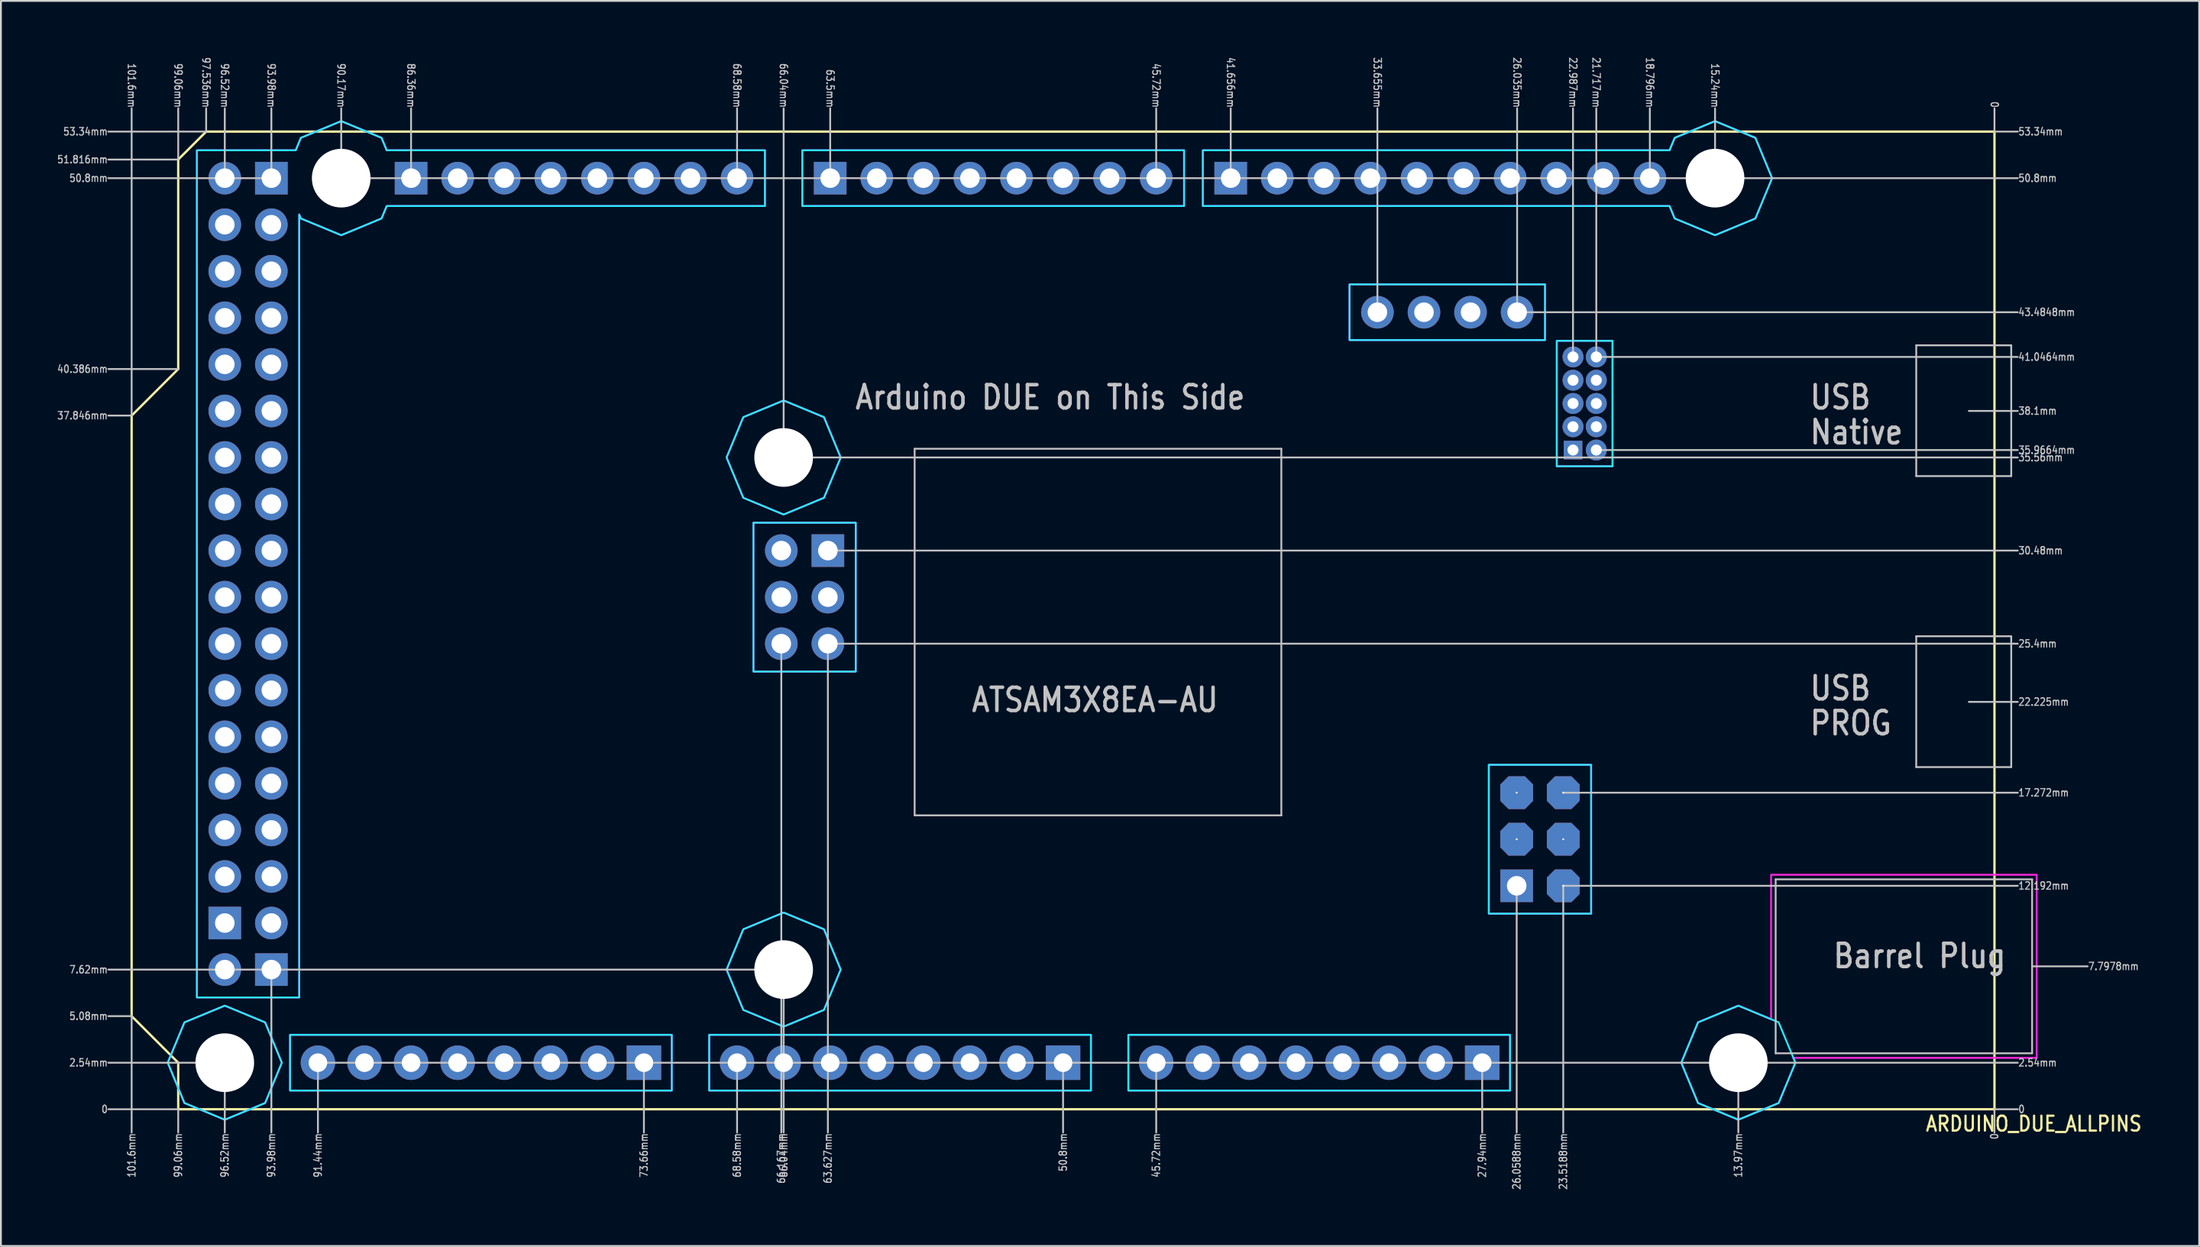
<source format=kicad_pcb>
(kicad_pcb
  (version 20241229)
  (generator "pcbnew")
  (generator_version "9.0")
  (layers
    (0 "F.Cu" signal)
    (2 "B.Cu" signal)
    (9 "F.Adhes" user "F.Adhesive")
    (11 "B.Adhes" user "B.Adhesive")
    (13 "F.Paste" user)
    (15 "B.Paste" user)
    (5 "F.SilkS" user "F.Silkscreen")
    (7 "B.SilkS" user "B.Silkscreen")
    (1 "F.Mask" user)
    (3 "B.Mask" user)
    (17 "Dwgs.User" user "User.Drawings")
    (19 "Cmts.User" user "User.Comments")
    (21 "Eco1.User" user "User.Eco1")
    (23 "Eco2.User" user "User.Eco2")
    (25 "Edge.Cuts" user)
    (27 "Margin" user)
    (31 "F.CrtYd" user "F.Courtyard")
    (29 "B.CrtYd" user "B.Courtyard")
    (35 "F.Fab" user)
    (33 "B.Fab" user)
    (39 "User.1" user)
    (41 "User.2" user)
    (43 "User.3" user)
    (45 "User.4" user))
  (footprint "ARDUINO_DUE_ALLPINS"
    (layer "F.Cu")
    (at 105.73 57.47)
    (property "Reference" "ARDUINO_DUE_ALLPINS" (at -3.81 1.27 0) (unlocked yes) (layer "F.SilkS") (effects (font (size 0.813 0.695) (thickness 0.122)) (justify left bottom)))
    (fp_circle (center -96.52 -2.54) (end -93.67 -2.54) (stroke (width 0) (type solid)) (fill yes) (layer "F.Mask"))
    (fp_circle (center -96.52 -2.54) (end -93.67 -2.54) (stroke (width 0) (type solid)) (fill yes) (layer "F.Mask"))
    (fp_circle (center -90.17 -50.8) (end -87.32 -50.8) (stroke (width 0) (type solid)) (fill yes) (layer "F.Mask"))
    (fp_circle (center -90.17 -50.8) (end -87.32 -50.8) (stroke (width 0) (type solid)) (fill yes) (layer "F.Mask"))
    (fp_circle (center -66.04 -35.56) (end -63.19 -35.56) (stroke (width 0) (type solid)) (fill yes) (layer "F.Mask"))
    (fp_circle (center -66.04 -35.56) (end -63.19 -35.56) (stroke (width 0) (type solid)) (fill yes) (layer "F.Mask"))
    (fp_circle (center -66.04 -7.62) (end -63.19 -7.62) (stroke (width 0) (type solid)) (fill yes) (layer "F.Mask"))
    (fp_circle (center -66.04 -7.62) (end -63.19 -7.62) (stroke (width 0) (type solid)) (fill yes) (layer "F.Mask"))
    (fp_circle (center -15.24 -50.8) (end -12.39 -50.8) (stroke (width 0) (type solid)) (fill yes) (layer "F.Mask"))
    (fp_circle (center -15.24 -50.8) (end -12.39 -50.8) (stroke (width 0) (type solid)) (fill yes) (layer "F.Mask"))
    (fp_circle (center -13.97 -2.54) (end -11.12 -2.54) (stroke (width 0) (type solid)) (fill yes) (layer "F.Mask"))
    (fp_circle (center -13.97 -2.54) (end -11.12 -2.54) (stroke (width 0) (type solid)) (fill yes) (layer "F.Mask"))
    (fp_circle (center -96.52 -2.54) (end -93.67 -2.54) (stroke (width 0) (type solid)) (fill yes) (layer "B.Mask"))
    (fp_circle (center -90.17 -50.8) (end -87.32 -50.8) (stroke (width 0) (type solid)) (fill yes) (layer "B.Mask"))
    (fp_circle (center -66.04 -35.56) (end -63.19 -35.56) (stroke (width 0) (type solid)) (fill yes) (layer "B.Mask"))
    (fp_circle (center -66.04 -7.62) (end -63.19 -7.62) (stroke (width 0) (type solid)) (fill yes) (layer "B.Mask"))
    (fp_circle (center -15.24 -50.8) (end -12.39 -50.8) (stroke (width 0) (type solid)) (fill yes) (layer "B.Mask"))
    (fp_circle (center -13.97 -2.54) (end -11.12 -2.54) (stroke (width 0) (type solid)) (fill yes) (layer "B.Mask"))
    (fp_line (start -101.6 -37.846) (end -101.6 -5.08) (stroke (width 0.127) (type solid)) (layer "F.SilkS"))
    (fp_line (start -101.6 -5.08) (end -99.06 -2.54) (stroke (width 0.127) (type solid)) (layer "F.SilkS"))
    (fp_line (start -99.06 -51.816) (end -99.06 -40.386) (stroke (width 0.127) (type solid)) (layer "F.SilkS"))
    (fp_line (start -99.06 -40.386) (end -101.6 -37.846) (stroke (width 0.127) (type solid)) (layer "F.SilkS"))
    (fp_line (start -99.06 -2.54) (end -99.06 0) (stroke (width 0.127) (type solid)) (layer "F.SilkS"))
    (fp_line (start -99.06 0) (end 0 0) (stroke (width 0.127) (type solid)) (layer "F.SilkS"))
    (fp_line (start -97.536 -53.34) (end -99.06 -51.816) (stroke (width 0.127) (type solid)) (layer "F.SilkS"))
    (fp_line (start 0 -53.34) (end -97.536 -53.34) (stroke (width 0.127) (type solid)) (layer "F.SilkS"))
    (fp_line (start 0 0) (end 0 -53.34) (stroke (width 0.127) (type solid)) (layer "F.SilkS"))
    (fp_line (start -101.6 -37.846) (end -102.87 -37.846) (stroke (width 0.1) (type solid)) (layer "Dwgs.User"))
    (fp_line (start -101.6 -37.846) (end -101.6 -54.61) (stroke (width 0.1) (type solid)) (layer "Dwgs.User"))
    (fp_line (start -101.6 -5.08) (end -102.87 -5.08) (stroke (width 0.1) (type solid)) (layer "Dwgs.User"))
    (fp_line (start -101.6 -5.08) (end -101.6 1.27) (stroke (width 0.1) (type solid)) (layer "Dwgs.User"))
    (fp_line (start -99.06 -51.816) (end -102.87 -51.816) (stroke (width 0.1) (type solid)) (layer "Dwgs.User"))
    (fp_line (start -99.06 -51.816) (end -99.06 -54.61) (stroke (width 0.1) (type solid)) (layer "Dwgs.User"))
    (fp_line (start -99.06 -40.386) (end -102.87 -40.386) (stroke (width 0.1) (type solid)) (layer "Dwgs.User"))
    (fp_line (start -99.06 0) (end -102.87 0) (stroke (width 0.1) (type solid)) (layer "Dwgs.User"))
    (fp_line (start -99.06 0) (end -99.06 1.27) (stroke (width 0.1) (type solid)) (layer "Dwgs.User"))
    (fp_line (start -97.536 -53.34) (end -102.87 -53.34) (stroke (width 0.1) (type solid)) (layer "Dwgs.User"))
    (fp_line (start -97.536 -53.34) (end -97.536 -54.61) (stroke (width 0.1) (type solid)) (layer "Dwgs.User"))
    (fp_line (start -96.52 -50.8) (end -102.87 -50.8) (stroke (width 0.1) (type solid)) (layer "Dwgs.User"))
    (fp_line (start -96.52 -50.8) (end -96.52 -54.61) (stroke (width 0.1) (type solid)) (layer "Dwgs.User"))
    (fp_line (start -96.52 -2.54) (end -102.87 -2.54) (stroke (width 0.1) (type solid)) (layer "Dwgs.User"))
    (fp_line (start -96.52 -2.54) (end -96.52 1.27) (stroke (width 0.1) (type solid)) (layer "Dwgs.User"))
    (fp_line (start -93.98 -50.8) (end -96.52 -50.8) (stroke (width 0.1) (type solid)) (layer "Dwgs.User"))
    (fp_line (start -93.98 -50.8) (end -93.98 -54.61) (stroke (width 0.1) (type solid)) (layer "Dwgs.User"))
    (fp_line (start -93.98 -7.62) (end -93.98 1.27) (stroke (width 0.1) (type solid)) (layer "Dwgs.User"))
    (fp_line (start -91.44 -2.54) (end -91.44 1.27) (stroke (width 0.1) (type solid)) (layer "Dwgs.User"))
    (fp_line (start -91.44 -2.54) (end -13.97 -2.54) (stroke (width 0.1) (type solid)) (layer "Dwgs.User"))
    (fp_line (start -90.17 -50.8) (end -90.17 -54.61) (stroke (width 0.1) (type solid)) (layer "Dwgs.User"))
    (fp_line (start -90.17 -50.8) (end -86.36 -50.8) (stroke (width 0.1) (type solid)) (layer "Dwgs.User"))
    (fp_line (start -86.36 -50.8) (end -86.36 -54.61) (stroke (width 0.1) (type solid)) (layer "Dwgs.User"))
    (fp_line (start -86.36 -50.8) (end -68.58 -50.8) (stroke (width 0.1) (type solid)) (layer "Dwgs.User"))
    (fp_line (start -73.66 -2.54) (end -73.66 1.27) (stroke (width 0.1) (type solid)) (layer "Dwgs.User"))
    (fp_line (start -68.58 -50.8) (end -68.58 -54.61) (stroke (width 0.1) (type solid)) (layer "Dwgs.User"))
    (fp_line (start -68.58 -50.8) (end -63.5 -50.8) (stroke (width 0.1) (type solid)) (layer "Dwgs.User"))
    (fp_line (start -68.58 -2.54) (end -68.58 1.27) (stroke (width 0.1) (type solid)) (layer "Dwgs.User"))
    (fp_line (start -66.167 -25.4) (end -66.167 1.27) (stroke (width 0.1) (type solid)) (layer "Dwgs.User"))
    (fp_line (start -66.04 -35.56) (end -66.04 -54.61) (stroke (width 0.1) (type solid)) (layer "Dwgs.User"))
    (fp_line (start -66.04 -35.56) (end 1.27 -35.56) (stroke (width 0.1) (type solid)) (layer "Dwgs.User"))
    (fp_line (start -66.04 -7.62) (end -102.87 -7.62) (stroke (width 0.1) (type solid)) (layer "Dwgs.User"))
    (fp_line (start -66.04 -7.62) (end -66.04 1.27) (stroke (width 0.1) (type solid)) (layer "Dwgs.User"))
    (fp_line (start -63.627 -25.4) (end -63.627 1.27) (stroke (width 0.1) (type solid)) (layer "Dwgs.User"))
    (fp_line (start -63.627 -25.4) (end 1.27 -25.4) (stroke (width 0.1) (type solid)) (layer "Dwgs.User"))
    (fp_line (start -63.5 -50.8) (end -63.5 -54.61) (stroke (width 0.1) (type solid)) (layer "Dwgs.User"))
    (fp_line (start -63.5 -50.8) (end -45.72 -50.8) (stroke (width 0.1) (type solid)) (layer "Dwgs.User"))
    (fp_line (start -63.5 -30.48) (end 1.27 -30.48) (stroke (width 0.1) (type solid)) (layer "Dwgs.User"))
    (fp_line (start -58.895 -36.035) (end -58.895 -16.035) (stroke (width 0.1) (type solid)) (layer "Dwgs.User"))
    (fp_line (start -58.895 -16.035) (end -38.895 -16.035) (stroke (width 0.1) (type solid)) (layer "Dwgs.User"))
    (fp_line (start -50.8 -2.54) (end -50.8 1.27) (stroke (width 0.1) (type solid)) (layer "Dwgs.User"))
    (fp_line (start -45.72 -50.8) (end -45.72 -54.61) (stroke (width 0.1) (type solid)) (layer "Dwgs.User"))
    (fp_line (start -45.72 -50.8) (end -41.656 -50.8) (stroke (width 0.1) (type solid)) (layer "Dwgs.User"))
    (fp_line (start -45.72 -2.54) (end -45.72 1.27) (stroke (width 0.1) (type solid)) (layer "Dwgs.User"))
    (fp_line (start -41.656 -50.8) (end -41.656 -54.61) (stroke (width 0.1) (type solid)) (layer "Dwgs.User"))
    (fp_line (start -41.656 -50.8) (end -18.796 -50.8) (stroke (width 0.1) (type solid)) (layer "Dwgs.User"))
    (fp_line (start -38.895 -36.035) (end -58.895 -36.035) (stroke (width 0.1) (type solid)) (layer "Dwgs.User"))
    (fp_line (start -38.895 -16.035) (end -38.895 -36.035) (stroke (width 0.1) (type solid)) (layer "Dwgs.User"))
    (fp_line (start -33.655 -43.485) (end -33.655 -54.61) (stroke (width 0.1) (type solid)) (layer "Dwgs.User"))
    (fp_line (start -27.94 -2.54) (end -27.94 1.27) (stroke (width 0.1) (type solid)) (layer "Dwgs.User"))
    (fp_line (start -26.059 -12.192) (end -26.059 1.27) (stroke (width 0.1) (type solid)) (layer "Dwgs.User"))
    (fp_line (start -26.035 -43.485) (end -26.035 -54.61) (stroke (width 0.1) (type solid)) (layer "Dwgs.User"))
    (fp_line (start -26.035 -43.485) (end 1.27 -43.485) (stroke (width 0.1) (type solid)) (layer "Dwgs.User"))
    (fp_line (start -23.519 -17.272) (end 1.27 -17.272) (stroke (width 0.1) (type solid)) (layer "Dwgs.User"))
    (fp_line (start -23.519 -12.192) (end -23.519 1.27) (stroke (width 0.1) (type solid)) (layer "Dwgs.User"))
    (fp_line (start -23.519 -12.192) (end 1.27 -12.192) (stroke (width 0.1) (type solid)) (layer "Dwgs.User"))
    (fp_line (start -22.987 -41.046) (end -22.987 -54.61) (stroke (width 0.1) (type solid)) (layer "Dwgs.User"))
    (fp_line (start -21.717 -41.046) (end -21.717 -54.61) (stroke (width 0.1) (type solid)) (layer "Dwgs.User"))
    (fp_line (start -21.717 -41.046) (end 1.27 -41.046) (stroke (width 0.1) (type solid)) (layer "Dwgs.User"))
    (fp_line (start -21.717 -35.966) (end 1.27 -35.966) (stroke (width 0.1) (type solid)) (layer "Dwgs.User"))
    (fp_line (start -18.796 -50.8) (end -18.796 -54.61) (stroke (width 0.1) (type solid)) (layer "Dwgs.User"))
    (fp_line (start -18.796 -50.8) (end -15.24 -50.8) (stroke (width 0.1) (type solid)) (layer "Dwgs.User"))
    (fp_line (start -15.24 -50.8) (end -15.24 -54.61) (stroke (width 0.1) (type solid)) (layer "Dwgs.User"))
    (fp_line (start -15.24 -50.8) (end 1.27 -50.8) (stroke (width 0.1) (type solid)) (layer "Dwgs.User"))
    (fp_line (start -13.97 -2.54) (end -13.97 1.27) (stroke (width 0.1) (type solid)) (layer "Dwgs.User"))
    (fp_line (start -13.97 -2.54) (end 1.27 -2.54) (stroke (width 0.1) (type solid)) (layer "Dwgs.User"))
    (fp_line (start -11.934 -12.544) (end -11.934 -3.052) (stroke (width 0.1) (type solid)) (layer "Dwgs.User"))
    (fp_line (start -11.934 -3.052) (end 2.053 -3.052) (stroke (width 0.1) (type solid)) (layer "Dwgs.User"))
    (fp_line (start -4.267 -41.681) (end 0.914 -41.681) (stroke (width 0.1) (type solid)) (layer "Dwgs.User"))
    (fp_line (start -4.267 -34.544) (end -4.267 -41.681) (stroke (width 0.1) (type solid)) (layer "Dwgs.User"))
    (fp_line (start -4.267 -25.806) (end 0.914 -25.806) (stroke (width 0.1) (type solid)) (layer "Dwgs.User"))
    (fp_line (start -4.267 -18.669) (end -4.267 -25.806) (stroke (width 0.1) (type solid)) (layer "Dwgs.User"))
    (fp_line (start 0 -53.34) (end 0 -54.61) (stroke (width 0.1) (type solid)) (layer "Dwgs.User"))
    (fp_line (start 0 -53.34) (end 1.27 -53.34) (stroke (width 0.1) (type solid)) (layer "Dwgs.User"))
    (fp_line (start 0 0) (end 0 1.27) (stroke (width 0.1) (type solid)) (layer "Dwgs.User"))
    (fp_line (start 0 0) (end 1.27 0) (stroke (width 0.1) (type solid)) (layer "Dwgs.User"))
    (fp_line (start 0.914 -41.681) (end 0.914 -34.544) (stroke (width 0.1) (type solid)) (layer "Dwgs.User"))
    (fp_line (start 0.914 -34.544) (end -4.267 -34.544) (stroke (width 0.1) (type solid)) (layer "Dwgs.User"))
    (fp_line (start 0.914 -25.806) (end 0.914 -18.669) (stroke (width 0.1) (type solid)) (layer "Dwgs.User"))
    (fp_line (start 0.914 -18.669) (end -4.267 -18.669) (stroke (width 0.1) (type solid)) (layer "Dwgs.User"))
    (fp_line (start 1.27 -38.1) (end -1.397 -38.1) (stroke (width 0.1) (type solid)) (layer "Dwgs.User"))
    (fp_line (start 1.27 -22.225) (end -1.397 -22.225) (stroke (width 0.1) (type solid)) (layer "Dwgs.User"))
    (fp_line (start 2.053 -12.544) (end -11.934 -12.544) (stroke (width 0.1) (type solid)) (layer "Dwgs.User"))
    (fp_line (start 2.053 -3.052) (end 2.053 -12.544) (stroke (width 0.1) (type solid)) (layer "Dwgs.User"))
    (fp_line (start 5.08 -7.798) (end 2.053 -7.798) (stroke (width 0.1) (type solid)) (layer "Dwgs.User"))
    (fp_poly (pts (xy -72.14 -4.06) (xy -92.96 -4.06) (xy -92.96 -1.02) (xy -72.14 -1.02)) (stroke (width 0.1) (type solid)) (fill no) (layer "B.CrtYd"))
    (fp_poly (pts (xy -62.107 -32) (xy -67.687 -32) (xy -67.687 -23.88) (xy -62.107 -23.88)) (stroke (width 0.1) (type solid)) (fill no) (layer "B.CrtYd"))
    (fp_poly (pts (xy -49.28 -4.06) (xy -70.1 -4.06) (xy -70.1 -1.02) (xy -49.28 -1.02)) (stroke (width 0.1) (type solid)) (fill no) (layer "B.CrtYd"))
    (fp_poly (pts (xy -44.2 -52.32) (xy -65.02 -52.32) (xy -65.02 -49.28) (xy -44.2 -49.28)) (stroke (width 0.1) (type solid)) (fill no) (layer "B.CrtYd"))
    (fp_poly (pts (xy -26.42 -4.06) (xy -47.24 -4.06) (xy -47.24 -1.02) (xy -26.42 -1.02)) (stroke (width 0.1) (type solid)) (fill no) (layer "B.CrtYd"))
    (fp_poly (pts (xy -24.515 -41.965) (xy -24.515 -45.005) (xy -35.175 -45.005) (xy -35.175 -41.965)) (stroke (width 0.1) (type solid)) (fill no) (layer "B.CrtYd"))
    (fp_poly (pts (xy -21.999 -18.792) (xy -27.579 -18.792) (xy -27.579 -10.672) (xy -21.998 -10.672)) (stroke (width 0.1) (type solid)) (fill no) (layer "B.CrtYd"))
    (fp_poly (pts (xy -20.832 -41.926) (xy -23.872 -41.926) (xy -23.872 -35.081) (xy -20.832 -35.081)) (stroke (width 0.1) (type solid)) (fill no) (layer "B.CrtYd"))
    (fp_poly (pts (xy -99.632 -2.54) (xy -98.72 -4.74) (xy -96.52 -5.652) (xy -94.32 -4.74) (xy -93.408 -2.54) (xy -94.32 -0.34) (xy -96.52 0.572) (xy -98.72 -0.34)) (stroke (width 0.1) (type solid)) (fill no) (layer "B.CrtYd"))
    (fp_poly (pts (xy -69.152 -35.56) (xy -68.24 -37.76) (xy -66.04 -38.672) (xy -63.84 -37.76) (xy -62.928 -35.56) (xy -63.84 -33.36) (xy -66.04 -32.448) (xy -68.24 -33.36)) (stroke (width 0.1) (type solid)) (fill no) (layer "B.CrtYd"))
    (fp_poly (pts (xy -69.152 -7.62) (xy -68.24 -9.82) (xy -66.04 -10.732) (xy -63.84 -9.82) (xy -62.928 -7.62) (xy -63.84 -5.42) (xy -66.04 -4.508) (xy -68.24 -5.42)) (stroke (width 0.1) (type solid)) (fill no) (layer "B.CrtYd"))
    (fp_poly (pts (xy -17.082 -2.54) (xy -16.17 -4.74) (xy -13.97 -5.652) (xy -11.77 -4.74) (xy -10.858 -2.54) (xy -11.77 -0.34) (xy -13.97 0.572) (xy -16.17 -0.34)) (stroke (width 0.1) (type solid)) (fill no) (layer "B.CrtYd"))
    (fp_poly (pts (xy -17.722 -52.32) (xy -17.44 -53) (xy -15.24 -53.912) (xy -13.04 -53) (xy -12.128 -50.8) (xy -13.04 -48.6) (xy -15.24 -47.688) (xy -17.44 -48.6) (xy -17.722 -49.28) (xy -43.176 -49.28) (xy -43.176 -52.32)) (stroke (width 0.1) (type solid)) (fill no) (layer "B.CrtYd"))
    (fp_poly (pts (xy -92.652 -52.32) (xy -92.37 -53) (xy -90.17 -53.912) (xy -87.97 -53) (xy -87.688 -52.32) (xy -67.06 -52.32) (xy -67.06 -49.28) (xy -87.688 -49.28) (xy -87.97 -48.6) (xy -90.17 -47.688) (xy -92.37 -48.6) (xy -92.46 -48.816) (xy -92.46 -6.1) (xy -98.04 -6.1) (xy -98.04 -52.32)) (stroke (width 0.1) (type solid)) (fill no) (layer "B.CrtYd"))
    (fp_poly (pts (xy -72.14 -4.06) (xy -92.96 -4.06) (xy -92.96 -1.02) (xy -72.14 -1.02)) (stroke (width 0.1) (type solid)) (fill no) (layer "F.CrtYd"))
    (fp_poly (pts (xy -62.107 -32) (xy -67.687 -32) (xy -67.687 -23.88) (xy -62.107 -23.88)) (stroke (width 0.1) (type solid)) (fill no) (layer "F.CrtYd"))
    (fp_poly (pts (xy -49.28 -4.06) (xy -70.1 -4.06) (xy -70.1 -1.02) (xy -49.28 -1.02)) (stroke (width 0.1) (type solid)) (fill no) (layer "F.CrtYd"))
    (fp_poly (pts (xy -44.2 -52.32) (xy -65.02 -52.32) (xy -65.02 -49.28) (xy -44.2 -49.28)) (stroke (width 0.1) (type solid)) (fill no) (layer "F.CrtYd"))
    (fp_poly (pts (xy -26.42 -4.06) (xy -47.24 -4.06) (xy -47.24 -1.02) (xy -26.42 -1.02)) (stroke (width 0.1) (type solid)) (fill no) (layer "F.CrtYd"))
    (fp_poly (pts (xy -24.515 -41.965) (xy -24.515 -45.005) (xy -35.175 -45.005) (xy -35.175 -41.965)) (stroke (width 0.1) (type solid)) (fill no) (layer "F.CrtYd"))
    (fp_poly (pts (xy -21.999 -18.792) (xy -27.579 -18.792) (xy -27.579 -10.672) (xy -21.998 -10.672)) (stroke (width 0.1) (type solid)) (fill no) (layer "F.CrtYd"))
    (fp_poly (pts (xy -20.832 -41.926) (xy -23.872 -41.926) (xy -23.872 -35.081) (xy -20.832 -35.081)) (stroke (width 0.1) (type solid)) (fill no) (layer "F.CrtYd"))
    (fp_poly (pts (xy -99.632 -2.54) (xy -98.72 -4.74) (xy -96.52 -5.652) (xy -94.32 -4.74) (xy -93.408 -2.54) (xy -94.32 -0.34) (xy -96.52 0.572) (xy -98.72 -0.34)) (stroke (width 0.1) (type solid)) (fill no) (layer "F.CrtYd"))
    (fp_poly (pts (xy -69.152 -35.56) (xy -68.24 -37.76) (xy -66.04 -38.672) (xy -63.84 -37.76) (xy -62.928 -35.56) (xy -63.84 -33.36) (xy -66.04 -32.448) (xy -68.24 -33.36)) (stroke (width 0.1) (type solid)) (fill no) (layer "F.CrtYd"))
    (fp_poly (pts (xy -69.152 -7.62) (xy -68.24 -9.82) (xy -66.04 -10.732) (xy -63.84 -9.82) (xy -62.928 -7.62) (xy -63.84 -5.42) (xy -66.04 -4.508) (xy -68.24 -5.42)) (stroke (width 0.1) (type solid)) (fill no) (layer "F.CrtYd"))
    (fp_poly (pts (xy -17.722 -52.32) (xy -17.44 -53) (xy -15.24 -53.912) (xy -13.04 -53) (xy -12.128 -50.8) (xy -13.04 -48.6) (xy -15.24 -47.688) (xy -17.44 -48.6) (xy -17.722 -49.28) (xy -43.176 -49.28) (xy -43.176 -52.32)) (stroke (width 0.1) (type solid)) (fill no) (layer "F.CrtYd"))
    (fp_poly (pts (xy -17.082 -2.54) (xy -16.17 -4.74) (xy -13.97 -5.652) (xy -12.184 -4.912) (xy -12.184 -12.794) (xy 2.303 -12.794) (xy 2.303 -2.802) (xy -10.967 -2.802) (xy -10.858 -2.54) (xy -11.77 -0.34) (xy -13.97 0.572) (xy -16.17 -0.34)) (stroke (width 0.1) (type solid)) (fill no) (layer "F.CrtYd"))
    (fp_poly (pts (xy -92.652 -52.32) (xy -92.37 -53) (xy -90.17 -53.912) (xy -87.97 -53) (xy -87.688 -52.32) (xy -67.06 -52.32) (xy -67.06 -49.28) (xy -87.688 -49.28) (xy -87.97 -48.6) (xy -90.17 -47.688) (xy -92.37 -48.6) (xy -92.46 -48.816) (xy -92.46 -6.1) (xy -98.04 -6.1) (xy -98.04 -52.32)) (stroke (width 0.1) (type solid)) (fill no) (layer "F.CrtYd"))
    (fp_text user "0" (at -102.87 0 0) (unlocked yes) (layer "Dwgs.User") (effects (font (size 0.406 0.347) (thickness 0.061)) (justify right)))
    (fp_text user "50.8mm" (at -102.87 -50.8 0) (unlocked yes) (layer "Dwgs.User") (effects (font (size 0.406 0.347) (thickness 0.061)) (justify right)))
    (fp_text user "45.72mm" (at -45.72 -54.61 270) (unlocked yes) (layer "Dwgs.User") (effects (font (size 0.406 0.347) (thickness 0.061)) (justify right)))
    (fp_text user "21.717mm" (at -21.717 -54.61 270) (unlocked yes) (layer "Dwgs.User") (effects (font (size 0.406 0.347) (thickness 0.061)) (justify right)))
    (fp_text user "22.987mm" (at -22.987 -54.61 270) (unlocked yes) (layer "Dwgs.User") (effects (font (size 0.406 0.347) (thickness 0.061)) (justify right)))
    (fp_text user "51.816mm" (at -102.87 -51.816 0) (unlocked yes) (layer "Dwgs.User") (effects (font (size 0.406 0.347) (thickness 0.061)) (justify right)))
    (fp_text user "USB" (at -10.16 -22.225 0) (unlocked yes) (layer "Dwgs.User") (effects (font (size 1.27 1.086) (thickness 0.191)) (justify left bottom)))
    (fp_text user "93.98mm" (at -93.98 -54.61 270) (unlocked yes) (layer "Dwgs.User") (effects (font (size 0.406 0.347) (thickness 0.061)) (justify right)))
    (fp_text user "5.08mm" (at -102.87 -5.08 0) (unlocked yes) (layer "Dwgs.User") (effects (font (size 0.406 0.347) (thickness 0.061)) (justify right)))
    (fp_text user "43.4848mm" (at 1.27 -43.485 0) (unlocked yes) (layer "Dwgs.User") (effects (font (size 0.406 0.347) (thickness 0.061)) (justify left)))
    (fp_text user "PROG" (at -10.16 -20.32 0) (unlocked yes) (layer "Dwgs.User") (effects (font (size 1.27 1.086) (thickness 0.191)) (justify left bottom)))
    (fp_text user "0" (at 0 -54.61 270) (unlocked yes) (layer "Dwgs.User") (effects (font (size 0.406 0.347) (thickness 0.061)) (justify right)))
    (fp_text user "13.97mm" (at -13.97 1.27 90) (unlocked yes) (layer "Dwgs.User") (effects (font (size 0.406 0.347) (thickness 0.061)) (justify right)))
    (fp_text user "73.66mm" (at -73.66 1.27 90) (unlocked yes) (layer "Dwgs.User") (effects (font (size 0.406 0.347) (thickness 0.061)) (justify right)))
    (fp_text user "66.167mm" (at -66.167 1.27 90) (unlocked yes) (layer "Dwgs.User") (effects (font (size 0.406 0.347) (thickness 0.061)) (justify right)))
    (fp_text user "50.8mm" (at -50.8 1.27 90) (unlocked yes) (layer "Dwgs.User") (effects (font (size 0.406 0.347) (thickness 0.061)) (justify right)))
    (fp_text user "0" (at 0 1.27 90) (unlocked yes) (layer "Dwgs.User") (effects (font (size 0.406 0.347) (thickness 0.061)) (justify right)))
    (fp_text user "ATSAM3X8EA-AU" (at -55.88 -21.59 0) (unlocked yes) (layer "Dwgs.User") (effects (font (size 1.27 1.086) (thickness 0.191)) (justify left bottom)))
    (fp_text user "22.225mm" (at 1.27 -22.225 0) (unlocked yes) (layer "Dwgs.User") (effects (font (size 0.406 0.347) (thickness 0.061)) (justify left)))
    (fp_text user "0" (at 1.27 0 0) (unlocked yes) (layer "Dwgs.User") (effects (font (size 0.406 0.347) (thickness 0.061)) (justify left)))
    (fp_text user "25.4mm" (at 1.27 -25.4 0) (unlocked yes) (layer "Dwgs.User") (effects (font (size 0.406 0.347) (thickness 0.061)) (justify left)))
    (fp_text user "27.94mm" (at -27.94 1.27 90) (unlocked yes) (layer "Dwgs.User") (effects (font (size 0.406 0.347) (thickness 0.061)) (justify right)))
    (fp_text user "99.06mm" (at -99.06 1.27 90) (unlocked yes) (layer "Dwgs.User") (effects (font (size 0.406 0.347) (thickness 0.061)) (justify right)))
    (fp_text user "68.58mm" (at -68.58 1.27 90) (unlocked yes) (layer "Dwgs.User") (effects (font (size 0.406 0.347) (thickness 0.061)) (justify right)))
    (fp_text user "97.536mm" (at -97.536 -54.61 270) (unlocked yes) (layer "Dwgs.User") (effects (font (size 0.406 0.347) (thickness 0.061)) (justify right)))
    (fp_text user "17.272mm" (at 1.27 -17.272 0) (unlocked yes) (layer "Dwgs.User") (effects (font (size 0.406 0.347) (thickness 0.061)) (justify left)))
    (fp_text user "96.52mm" (at -96.52 -54.61 270) (unlocked yes) (layer "Dwgs.User") (effects (font (size 0.406 0.347) (thickness 0.061)) (justify right)))
    (fp_text user "18.796mm" (at -18.796 -54.61 270) (unlocked yes) (layer "Dwgs.User") (effects (font (size 0.406 0.347) (thickness 0.061)) (justify right)))
    (fp_text user "7.7978mm" (at 5.08 -7.798 0) (unlocked yes) (layer "Dwgs.User") (effects (font (size 0.406 0.347) (thickness 0.061)) (justify left)))
    (fp_text user "99.06mm" (at -99.06 -54.61 270) (unlocked yes) (layer "Dwgs.User") (effects (font (size 0.406 0.347) (thickness 0.061)) (justify right)))
    (fp_text user "66.04mm" (at -66.04 1.27 90) (unlocked yes) (layer "Dwgs.User") (effects (font (size 0.406 0.347) (thickness 0.061)) (justify right)))
    (fp_text user "50.8mm" (at 1.27 -50.8 0) (unlocked yes) (layer "Dwgs.User") (effects (font (size 0.406 0.347) (thickness 0.061)) (justify left)))
    (fp_text user "30.48mm" (at 1.27 -30.48 0) (unlocked yes) (layer "Dwgs.User") (effects (font (size 0.406 0.347) (thickness 0.061)) (justify left)))
    (fp_text user "53.34mm" (at -102.87 -53.34 0) (unlocked yes) (layer "Dwgs.User") (effects (font (size 0.406 0.347) (thickness 0.061)) (justify right)))
    (fp_text user "66.04mm" (at -66.04 -54.61 270) (unlocked yes) (layer "Dwgs.User") (effects (font (size 0.406 0.347) (thickness 0.061)) (justify right)))
    (fp_text user "91.44mm" (at -91.44 1.27 90) (unlocked yes) (layer "Dwgs.User") (effects (font (size 0.406 0.347) (thickness 0.061)) (justify right)))
    (fp_text user "90.17mm" (at -90.17 -54.61 270) (unlocked yes) (layer "Dwgs.User") (effects (font (size 0.406 0.347) (thickness 0.061)) (justify right)))
    (fp_text user "Native" (at -10.16 -36.195 0) (unlocked yes) (layer "Dwgs.User") (effects (font (size 1.27 1.086) (thickness 0.191)) (justify left bottom)))
    (fp_text user "35.9664mm" (at 1.27 -35.966 0) (unlocked yes) (layer "Dwgs.User") (effects (font (size 0.406 0.347) (thickness 0.061)) (justify left)))
    (fp_text user "41.656mm" (at -41.656 -54.61 270) (unlocked yes) (layer "Dwgs.User") (effects (font (size 0.406 0.347) (thickness 0.061)) (justify right)))
    (fp_text user "40.386mm" (at -102.87 -40.386 0) (unlocked yes) (layer "Dwgs.User") (effects (font (size 0.406 0.347) (thickness 0.061)) (justify right)))
    (fp_text user "41.0464mm" (at 1.27 -41.046 0) (unlocked yes) (layer "Dwgs.User") (effects (font (size 0.406 0.347) (thickness 0.061)) (justify left)))
    (fp_text user "45.72mm" (at -45.72 1.27 90) (unlocked yes) (layer "Dwgs.User") (effects (font (size 0.406 0.347) (thickness 0.061)) (justify right)))
    (fp_text user "26.035mm" (at -26.035 -54.61 270) (unlocked yes) (layer "Dwgs.User") (effects (font (size 0.406 0.347) (thickness 0.061)) (justify right)))
    (fp_text user "96.52mm" (at -96.52 1.27 90) (unlocked yes) (layer "Dwgs.User") (effects (font (size 0.406 0.347) (thickness 0.061)) (justify right)))
    (fp_text user "93.98mm" (at -93.98 1.27 90) (unlocked yes) (layer "Dwgs.User") (effects (font (size 0.406 0.347) (thickness 0.061)) (justify right)))
    (fp_text user "37.846mm" (at -102.87 -37.846 0) (unlocked yes) (layer "Dwgs.User") (effects (font (size 0.406 0.347) (thickness 0.061)) (justify right)))
    (fp_text user "Arduino DUE on This Side" (at -62.23 -38.1 0) (unlocked yes) (layer "Dwgs.User") (effects (font (size 1.27 1.086) (thickness 0.191)) (justify left bottom)))
    (fp_text user "35.56mm" (at 1.27 -35.56 0) (unlocked yes) (layer "Dwgs.User") (effects (font (size 0.406 0.347) (thickness 0.061)) (justify left)))
    (fp_text user "Barrel Plug" (at -8.89 -7.62 0) (unlocked yes) (layer "Dwgs.User") (effects (font (size 1.27 1.086) (thickness 0.191)) (justify left bottom)))
    (fp_text user "63.627mm" (at -63.627 1.27 90) (unlocked yes) (layer "Dwgs.User") (effects (font (size 0.406 0.347) (thickness 0.061)) (justify right)))
    (fp_text user "53.34mm" (at 1.27 -53.34 0) (unlocked yes) (layer "Dwgs.User") (effects (font (size 0.406 0.347) (thickness 0.061)) (justify left)))
    (fp_text user "101.6mm" (at -101.6 -54.61 270) (unlocked yes) (layer "Dwgs.User") (effects (font (size 0.406 0.347) (thickness 0.061)) (justify right)))
    (fp_text user "23.5188mm" (at -23.519 1.27 90) (unlocked yes) (layer "Dwgs.User") (effects (font (size 0.406 0.347) (thickness 0.061)) (justify right)))
    (fp_text user "86.36mm" (at -86.36 -54.61 270) (unlocked yes) (layer "Dwgs.User") (effects (font (size 0.406 0.347) (thickness 0.061)) (justify right)))
    (fp_text user "2.54mm" (at 1.27 -2.54 0) (unlocked yes) (layer "Dwgs.User") (effects (font (size 0.406 0.347) (thickness 0.061)) (justify left)))
    (fp_text user "68.58mm" (at -68.58 -54.61 270) (unlocked yes) (layer "Dwgs.User") (effects (font (size 0.406 0.347) (thickness 0.061)) (justify right)))
    (fp_text user "26.0588mm" (at -26.059 1.27 90) (unlocked yes) (layer "Dwgs.User") (effects (font (size 0.406 0.347) (thickness 0.061)) (justify right)))
    (fp_text user "38.1mm" (at 1.27 -38.1 0) (unlocked yes) (layer "Dwgs.User") (effects (font (size 0.406 0.347) (thickness 0.061)) (justify left)))
    (fp_text user "7.62mm" (at -102.87 -7.62 0) (unlocked yes) (layer "Dwgs.User") (effects (font (size 0.406 0.347) (thickness 0.061)) (justify right)))
    (fp_text user "2.54mm" (at -102.87 -2.54 0) (unlocked yes) (layer "Dwgs.User") (effects (font (size 0.406 0.347) (thickness 0.061)) (justify right)))
    (fp_text user "USB" (at -10.16 -38.1 0) (unlocked yes) (layer "Dwgs.User") (effects (font (size 1.27 1.086) (thickness 0.191)) (justify left bottom)))
    (fp_text user "15.24mm" (at -15.24 -54.61 270) (unlocked yes) (layer "Dwgs.User") (effects (font (size 0.406 0.347) (thickness 0.061)) (justify right)))
    (fp_text user "101.6mm" (at -101.6 1.27 90) (unlocked yes) (layer "Dwgs.User") (effects (font (size 0.406 0.347) (thickness 0.061)) (justify right)))
    (fp_text user "63.5mm" (at -63.5 -54.61 270) (unlocked yes) (layer "Dwgs.User") (effects (font (size 0.406 0.347) (thickness 0.061)) (justify right)))
    (fp_text user "12.192mm" (at 1.27 -12.192 0) (unlocked yes) (layer "Dwgs.User") (effects (font (size 0.406 0.347) (thickness 0.061)) (justify left)))
    (fp_text user "33.655mm" (at -33.655 -54.61 270) (unlocked yes) (layer "Dwgs.User") (effects (font (size 0.406 0.347) (thickness 0.061)) (justify right)))
    (pad "" np_thru_hole circle (at -96.52 -2.54) (size 3.2 3.2) (drill 3.2) (layers "*.Cu" "*.Mask"))
    (pad "" np_thru_hole circle (at -90.17 -50.8) (size 3.2 3.2) (drill 3.2) (layers "*.Cu" "*.Mask"))
    (pad "" np_thru_hole circle (at -66.04 -35.56) (size 3.2 3.2) (drill 3.2) (layers "*.Cu" "*.Mask"))
    (pad "" np_thru_hole circle (at -66.04 -7.62) (size 3.2 3.2) (drill 3.2) (layers "*.Cu" "*.Mask"))
    (pad "" np_thru_hole circle (at -15.24 -50.8) (size 3.2 3.2) (drill 3.2) (layers "*.Cu" "*.Mask"))
    (pad "" np_thru_hole circle (at -13.97 -2.54) (size 3.2 3.2) (drill 3.2) (layers "*.Cu" "*.Mask"))
    (pad "0" thru_hole rect (at -63.5 -50.8 270) (size 1.778 1.778) (drill 1.067) (layers "*.Cu" "*.Mask"))
    (pad "1" thru_hole oval (at -60.96 -50.8 270) (size 1.778 1.778) (drill 1.067) (layers "*.Cu" "*.Mask"))
    (pad "2" thru_hole oval (at -58.42 -50.8 270) (size 1.778 1.778) (drill 1.067) (layers "*.Cu" "*.Mask"))
    (pad "3" thru_hole oval (at -55.88 -50.8 270) (size 1.778 1.778) (drill 1.067) (layers "*.Cu" "*.Mask"))
    (pad "3V3" thru_hole oval (at -35.56 -2.54 90) (size 1.88 1.88) (drill 1.016) (layers "*.Cu" "*.Mask"))
    (pad "3V3_JTAG" thru_hole rect (at -22.987 -35.966 180) (size 1.016 1.016) (drill 0.6) (layers "*.Cu" "*.Mask"))
    (pad "4" thru_hole oval (at -53.34 -50.8 270) (size 1.778 1.778) (drill 1.067) (layers "*.Cu" "*.Mask"))
    (pad "5" thru_hole oval (at -50.8 -50.8 270) (size 1.778 1.778) (drill 1.067) (layers "*.Cu" "*.Mask"))
    (pad "5V0" thru_hole oval (at -38.1 -2.54 90) (size 1.88 1.88) (drill 1.016) (layers "*.Cu" "*.Mask"))
    (pad "5V0_1" thru_hole rect (at -93.98 -50.8 90) (size 1.778 1.778) (drill 1.067) (layers "*.Cu" "*.Mask"))
    (pad "5V0_2" thru_hole oval (at -96.52 -50.8 90) (size 1.778 1.778) (drill 1.067) (layers "*.Cu" "*.Mask"))
    (pad "5V_2" thru_hole oval (at -66.167 -30.48 180) (size 1.778 1.778) (drill 1.067) (layers "*.Cu" "*.Mask"))
    (pad "5V_ICSP1" thru_hole custom (at -23.519 -12.192 180) (size 0.1 0.1) (drill 1.067) (layers "*.Cu" "*.Mask") (options (anchor rect)) (primitives (gr_poly (pts (xy 0.889 0.445) (xy 0.445 0.889) (xy -0.445 0.889) (xy -0.889 0.445) (xy -0.889 -0.445) (xy -0.445 -0.889) (xy 0.445 -0.889) (xy 0.889 -0.445)) (width 0.01) (fill yes))))
    (pad "6" thru_hole oval (at -48.26 -50.8 270) (size 1.778 1.778) (drill 1.067) (layers "*.Cu" "*.Mask"))
    (pad "7" thru_hole oval (at -45.72 -50.8 270) (size 1.778 1.778) (drill 1.067) (layers "*.Cu" "*.Mask"))
    (pad "8" thru_hole rect (at -41.656 -50.8 270) (size 1.778 1.778) (drill 1.067) (layers "*.Cu" "*.Mask"))
    (pad "9" thru_hole oval (at -39.116 -50.8 270) (size 1.778 1.778) (drill 1.067) (layers "*.Cu" "*.Mask"))
    (pad "10" thru_hole oval (at -36.576 -50.8 270) (size 1.778 1.778) (drill 1.067) (layers "*.Cu" "*.Mask"))
    (pad "11" thru_hole oval (at -34.036 -50.8 270) (size 1.778 1.778) (drill 1.067) (layers "*.Cu" "*.Mask"))
    (pad "12" thru_hole oval (at -31.496 -50.8 270) (size 1.778 1.778) (drill 1.067) (layers "*.Cu" "*.Mask"))
    (pad "13" thru_hole oval (at -28.956 -50.8 270) (size 1.778 1.778) (drill 1.067) (layers "*.Cu" "*.Mask"))
    (pad "14" thru_hole oval (at -68.58 -50.8 270) (size 1.778 1.778) (drill 1.067) (layers "*.Cu" "*.Mask"))
    (pad "15" thru_hole oval (at -71.12 -50.8 270) (size 1.778 1.778) (drill 1.067) (layers "*.Cu" "*.Mask"))
    (pad "16" thru_hole oval (at -73.66 -50.8 270) (size 1.778 1.778) (drill 1.067) (layers "*.Cu" "*.Mask"))
    (pad "17" thru_hole oval (at -76.2 -50.8 270) (size 1.778 1.778) (drill 1.067) (layers "*.Cu" "*.Mask"))
    (pad "18" thru_hole oval (at -78.74 -50.8 270) (size 1.778 1.778) (drill 1.067) (layers "*.Cu" "*.Mask"))
    (pad "19" thru_hole oval (at -81.28 -50.8 270) (size 1.778 1.778) (drill 1.067) (layers "*.Cu" "*.Mask"))
    (pad "20" thru_hole oval (at -83.82 -50.8 270) (size 1.778 1.778) (drill 1.067) (layers "*.Cu" "*.Mask"))
    (pad "21" thru_hole rect (at -86.36 -50.8 270) (size 1.778 1.778) (drill 1.067) (layers "*.Cu" "*.Mask"))
    (pad "22" thru_hole oval (at -93.98 -48.26) (size 1.778 1.778) (drill 1.067) (layers "*.Cu" "*.Mask"))
    (pad "23" thru_hole oval (at -96.52 -48.26) (size 1.778 1.778) (drill 1.067) (layers "*.Cu" "*.Mask"))
    (pad "24" thru_hole oval (at -93.98 -45.72) (size 1.778 1.778) (drill 1.067) (layers "*.Cu" "*.Mask"))
    (pad "25" thru_hole oval (at -96.52 -45.72) (size 1.778 1.778) (drill 1.067) (layers "*.Cu" "*.Mask"))
    (pad "26" thru_hole oval (at -93.98 -43.18) (size 1.778 1.778) (drill 1.067) (layers "*.Cu" "*.Mask"))
    (pad "27" thru_hole oval (at -96.52 -43.18) (size 1.778 1.778) (drill 1.067) (layers "*.Cu" "*.Mask"))
    (pad "28" thru_hole oval (at -93.98 -40.64) (size 1.778 1.778) (drill 1.067) (layers "*.Cu" "*.Mask"))
    (pad "29" thru_hole oval (at -96.52 -40.64) (size 1.778 1.778) (drill 1.067) (layers "*.Cu" "*.Mask"))
    (pad "30" thru_hole oval (at -93.98 -38.1) (size 1.778 1.778) (drill 1.067) (layers "*.Cu" "*.Mask"))
    (pad "31" thru_hole oval (at -96.52 -38.1) (size 1.778 1.778) (drill 1.067) (layers "*.Cu" "*.Mask"))
    (pad "32" thru_hole oval (at -93.98 -35.56) (size 1.778 1.778) (drill 1.067) (layers "*.Cu" "*.Mask"))
    (pad "33" thru_hole oval (at -96.52 -35.56) (size 1.778 1.778) (drill 1.067) (layers "*.Cu" "*.Mask"))
    (pad "34" thru_hole oval (at -93.98 -33.02) (size 1.778 1.778) (drill 1.067) (layers "*.Cu" "*.Mask"))
    (pad "35" thru_hole oval (at -96.52 -33.02) (size 1.778 1.778) (drill 1.067) (layers "*.Cu" "*.Mask"))
    (pad "36" thru_hole oval (at -93.98 -30.48) (size 1.778 1.778) (drill 1.067) (layers "*.Cu" "*.Mask"))
    (pad "37" thru_hole oval (at -96.52 -30.48) (size 1.778 1.778) (drill 1.067) (layers "*.Cu" "*.Mask"))
    (pad "38" thru_hole oval (at -93.98 -27.94) (size 1.778 1.778) (drill 1.067) (layers "*.Cu" "*.Mask"))
    (pad "39" thru_hole oval (at -96.52 -27.94) (size 1.778 1.778) (drill 1.067) (layers "*.Cu" "*.Mask"))
    (pad "40" thru_hole oval (at -93.98 -25.4) (size 1.778 1.778) (drill 1.067) (layers "*.Cu" "*.Mask"))
    (pad "41" thru_hole oval (at -96.52 -25.4) (size 1.778 1.778) (drill 1.067) (layers "*.Cu" "*.Mask"))
    (pad "42" thru_hole oval (at -93.98 -22.86) (size 1.778 1.778) (drill 1.067) (layers "*.Cu" "*.Mask"))
    (pad "43" thru_hole oval (at -96.52 -22.86) (size 1.778 1.778) (drill 1.067) (layers "*.Cu" "*.Mask"))
    (pad "44" thru_hole oval (at -93.98 -20.32) (size 1.778 1.778) (drill 1.067) (layers "*.Cu" "*.Mask"))
    (pad "45" thru_hole oval (at -96.52 -20.32) (size 1.778 1.778) (drill 1.067) (layers "*.Cu" "*.Mask"))
    (pad "46" thru_hole oval (at -93.98 -17.78) (size 1.778 1.778) (drill 1.067) (layers "*.Cu" "*.Mask"))
    (pad "47" thru_hole oval (at -96.52 -17.78) (size 1.778 1.778) (drill 1.067) (layers "*.Cu" "*.Mask"))
    (pad "48" thru_hole oval (at -93.98 -15.24) (size 1.778 1.778) (drill 1.067) (layers "*.Cu" "*.Mask"))
    (pad "49" thru_hole oval (at -96.52 -15.24) (size 1.778 1.778) (drill 1.067) (layers "*.Cu" "*.Mask"))
    (pad "50" thru_hole oval (at -93.98 -12.7) (size 1.778 1.778) (drill 1.067) (layers "*.Cu" "*.Mask"))
    (pad "51" thru_hole oval (at -96.52 -12.7) (size 1.778 1.778) (drill 1.067) (layers "*.Cu" "*.Mask"))
    (pad "52" thru_hole oval (at -93.98 -10.16) (size 1.778 1.778) (drill 1.067) (layers "*.Cu" "*.Mask"))
    (pad "53" thru_hole rect (at -96.52 -10.16) (size 1.778 1.778) (drill 1.067) (layers "*.Cu" "*.Mask"))
    (pad "A0" thru_hole rect (at -50.8 -2.54 90) (size 1.88 1.88) (drill 1.016) (layers "*.Cu" "*.Mask"))
    (pad "A1" thru_hole oval (at -53.34 -2.54 90) (size 1.88 1.88) (drill 1.016) (layers "*.Cu" "*.Mask"))
    (pad "A2" thru_hole oval (at -55.88 -2.54 90) (size 1.88 1.88) (drill 1.016) (layers "*.Cu" "*.Mask"))
    (pad "A3" thru_hole oval (at -58.42 -2.54 90) (size 1.88 1.88) (drill 1.016) (layers "*.Cu" "*.Mask"))
    (pad "A4" thru_hole oval (at -60.96 -2.54 90) (size 1.88 1.88) (drill 1.016) (layers "*.Cu" "*.Mask"))
    (pad "A5" thru_hole oval (at -63.5 -2.54 90) (size 1.88 1.88) (drill 1.016) (layers "*.Cu" "*.Mask"))
    (pad "A6" thru_hole oval (at -66.04 -2.54 90) (size 1.88 1.88) (drill 1.016) (layers "*.Cu" "*.Mask"))
    (pad "A7" thru_hole oval (at -68.58 -2.54 90) (size 1.88 1.88) (drill 1.016) (layers "*.Cu" "*.Mask"))
    (pad "A8" thru_hole rect (at -73.66 -2.54 90) (size 1.88 1.88) (drill 1.016) (layers "*.Cu" "*.Mask"))
    (pad "A9" thru_hole oval (at -76.2 -2.54 90) (size 1.88 1.88) (drill 1.016) (layers "*.Cu" "*.Mask"))
    (pad "A10" thru_hole oval (at -78.74 -2.54 90) (size 1.88 1.88) (drill 1.016) (layers "*.Cu" "*.Mask"))
    (pad "A11" thru_hole oval (at -81.28 -2.54 90) (size 1.88 1.88) (drill 1.016) (layers "*.Cu" "*.Mask"))
    (pad "AREF" thru_hole oval (at -23.876 -50.8 270) (size 1.778 1.778) (drill 1.067) (layers "*.Cu" "*.Mask"))
    (pad "CANRX" thru_hole oval (at -88.9 -2.54 90) (size 1.88 1.88) (drill 1.016) (layers "*.Cu" "*.Mask"))
    (pad "CANTX" thru_hole oval (at -91.44 -2.54 90) (size 1.88 1.88) (drill 1.016) (layers "*.Cu" "*.Mask"))
    (pad "DAC0" thru_hole oval (at -83.82 -2.54 90) (size 1.88 1.88) (drill 1.016) (layers "*.Cu" "*.Mask"))
    (pad "DAC1" thru_hole oval (at -86.36 -2.54 90) (size 1.88 1.88) (drill 1.016) (layers "*.Cu" "*.Mask"))
    (pad "GND" thru_hole oval (at -40.64 -2.54 90) (size 1.88 1.88) (drill 1.016) (layers "*.Cu" "*.Mask"))
    (pad "GND_1" thru_hole oval (at -43.18 -2.54 90) (size 1.88 1.88) (drill 1.016) (layers "*.Cu" "*.Mask"))
    (pad "GND_2" thru_hole rect (at -93.98 -7.62 90) (size 1.778 1.778) (drill 1.067) (layers "*.Cu" "*.Mask"))
    (pad "GND_3" thru_hole oval (at -96.52 -7.62 90) (size 1.778 1.778) (drill 1.067) (layers "*.Cu" "*.Mask"))
    (pad "GND_4" thru_hole oval (at -26.416 -50.8 270) (size 1.778 1.778) (drill 1.067) (layers "*.Cu" "*.Mask"))
    (pad "GND_5" thru_hole oval (at -66.167 -25.4 180) (size 1.778 1.778) (drill 1.067) (layers "*.Cu" "*.Mask"))
    (pad "GND_7" thru_hole oval (at -33.655 -43.485 270) (size 1.778 1.778) (drill 1.067) (layers "*.Cu" "*.Mask"))
    (pad "GND_8" thru_hole oval (at -22.987 -37.236 180) (size 1.143 1.143) (drill 0.6) (layers "*.Cu" "*.Mask"))
    (pad "GND_9" thru_hole oval (at -22.987 -39.776 180) (size 1.143 1.143) (drill 0.6) (layers "*.Cu" "*.Mask"))
    (pad "GND_10" thru_hole oval (at -22.987 -41.046 180) (size 1.143 1.143) (drill 0.6) (layers "*.Cu" "*.Mask"))
    (pad "GND_ICSP1" thru_hole custom (at -23.519 -17.272 180) (size 0.1 0.1) (drill 1.067) (layers "*.Cu" "*.Mask") (options (anchor rect)) (primitives (gr_poly (pts (xy 0.889 0.445) (xy 0.445 0.889) (xy -0.445 0.889) (xy -0.889 0.445) (xy -0.889 -0.445) (xy -0.445 -0.889) (xy 0.445 -0.889) (xy 0.889 -0.445)) (width 0.01) (fill yes))))
    (pad "IOREF" thru_hole oval (at -30.48 -2.54 90) (size 1.88 1.88) (drill 1.016) (layers "*.Cu" "*.Mask"))
    (pad "JTAG_RESET" thru_hole oval (at -21.717 -41.046 180) (size 1.143 1.143) (drill 0.6) (layers "*.Cu" "*.Mask"))
    (pad "JTAG_TCK" thru_hole oval (at -31.115 -43.485 270) (size 1.778 1.778) (drill 1.067) (layers "*.Cu" "*.Mask"))
    (pad "JTAG_TCK_2" thru_hole oval (at -21.717 -37.236 180) (size 1.143 1.143) (drill 0.6) (layers "*.Cu" "*.Mask"))
    (pad "JTAG_TDI" thru_hole oval (at -21.717 -39.776 180) (size 1.143 1.143) (drill 0.6) (layers "*.Cu" "*.Mask"))
    (pad "JTAG_TDO" thru_hole oval (at -21.717 -38.506 180) (size 1.143 1.143) (drill 0.6) (layers "*.Cu" "*.Mask"))
    (pad "JTAG_TMS" thru_hole oval (at -28.575 -43.485 270) (size 1.778 1.778) (drill 1.067) (layers "*.Cu" "*.Mask"))
    (pad "JTAG_TMS_2" thru_hole oval (at -21.717 -35.966 180) (size 1.143 1.143) (drill 0.6) (layers "*.Cu" "*.Mask"))
    (pad "MASTER_RESET_JTAG" thru_hole oval (at -26.035 -43.485 270) (size 1.778 1.778) (drill 1.067) (layers "*.Cu" "*.Mask"))
    (pad "MASTER_RESET_SPI" thru_hole oval (at -63.627 -25.4 180) (size 1.778 1.778) (drill 1.067) (layers "*.Cu" "*.Mask"))
    (pad "MISO" thru_hole rect (at -63.627 -30.48 180) (size 1.778 1.778) (drill 1.067) (layers "*.Cu" "*.Mask"))
    (pad "MISO2" thru_hole rect (at -26.059 -12.192 180) (size 1.778 1.778) (drill 1.067) (layers "*.Cu" "*.Mask"))
    (pad "MOSI" thru_hole oval (at -66.167 -27.94 180) (size 1.778 1.778) (drill 1.067) (layers "*.Cu" "*.Mask"))
    (pad "MOSI2" thru_hole custom (at -23.519 -14.732 180) (size 0.1 0.1) (drill 1.067) (layers "*.Cu" "*.Mask") (options (anchor rect)) (primitives (gr_poly (pts (xy 0.889 0.445) (xy 0.445 0.889) (xy -0.445 0.889) (xy -0.889 0.445) (xy -0.889 -0.445) (xy -0.445 -0.889) (xy 0.445 -0.889) (xy 0.889 -0.445)) (width 0.01) (fill yes))))
    (pad "NC_2" thru_hole rect (at -27.94 -2.54 90) (size 1.88 1.88) (drill 1.016) (layers "*.Cu" "*.Mask"))
    (pad "NC_5" thru_hole oval (at -22.987 -38.506 180) (size 1.143 1.143) (drill 0.6) (layers "*.Cu" "*.Mask"))
    (pad "RESET" thru_hole oval (at -33.02 -2.54 90) (size 1.88 1.88) (drill 1.016) (layers "*.Cu" "*.Mask"))
    (pad "RESET2" thru_hole custom (at -26.059 -17.272 180) (size 0.1 0.1) (drill 1.067) (layers "*.Cu" "*.Mask") (options (anchor rect)) (primitives (gr_poly (pts (xy 0.889 0.445) (xy 0.445 0.889) (xy -0.445 0.889) (xy -0.889 0.445) (xy -0.889 -0.445) (xy -0.445 -0.889) (xy 0.445 -0.889) (xy 0.889 -0.445)) (width 0.01) (fill yes))))
    (pad "SCK2" thru_hole custom (at -26.059 -14.732 180) (size 0.1 0.1) (drill 1.067) (layers "*.Cu" "*.Mask") (options (anchor rect)) (primitives (gr_poly (pts (xy 0.889 0.445) (xy 0.445 0.889) (xy -0.445 0.889) (xy -0.889 0.445) (xy -0.889 -0.445) (xy -0.445 -0.889) (xy 0.445 -0.889) (xy 0.889 -0.445)) (width 0.01) (fill yes))))
    (pad "SCL1" thru_hole oval (at -18.796 -50.8 270) (size 1.778 1.778) (drill 1.067) (layers "*.Cu" "*.Mask"))
    (pad "SDA1" thru_hole oval (at -21.336 -50.8 270) (size 1.778 1.778) (drill 1.067) (layers "*.Cu" "*.Mask"))
    (pad "SPCK" thru_hole oval (at -63.627 -27.94 180) (size 1.778 1.778) (drill 1.067) (layers "*.Cu" "*.Mask"))
    (pad "VIN" thru_hole oval (at -45.72 -2.54 90) (size 1.88 1.88) (drill 1.016) (layers "*.Cu" "*.Mask")))
  (gr_rect
    (start -3 -3)
    (end 116.895 64.931)
    (stroke (width 0.1) (type default))
    (fill no)
    (layer "Edge.Cuts")))
</source>
